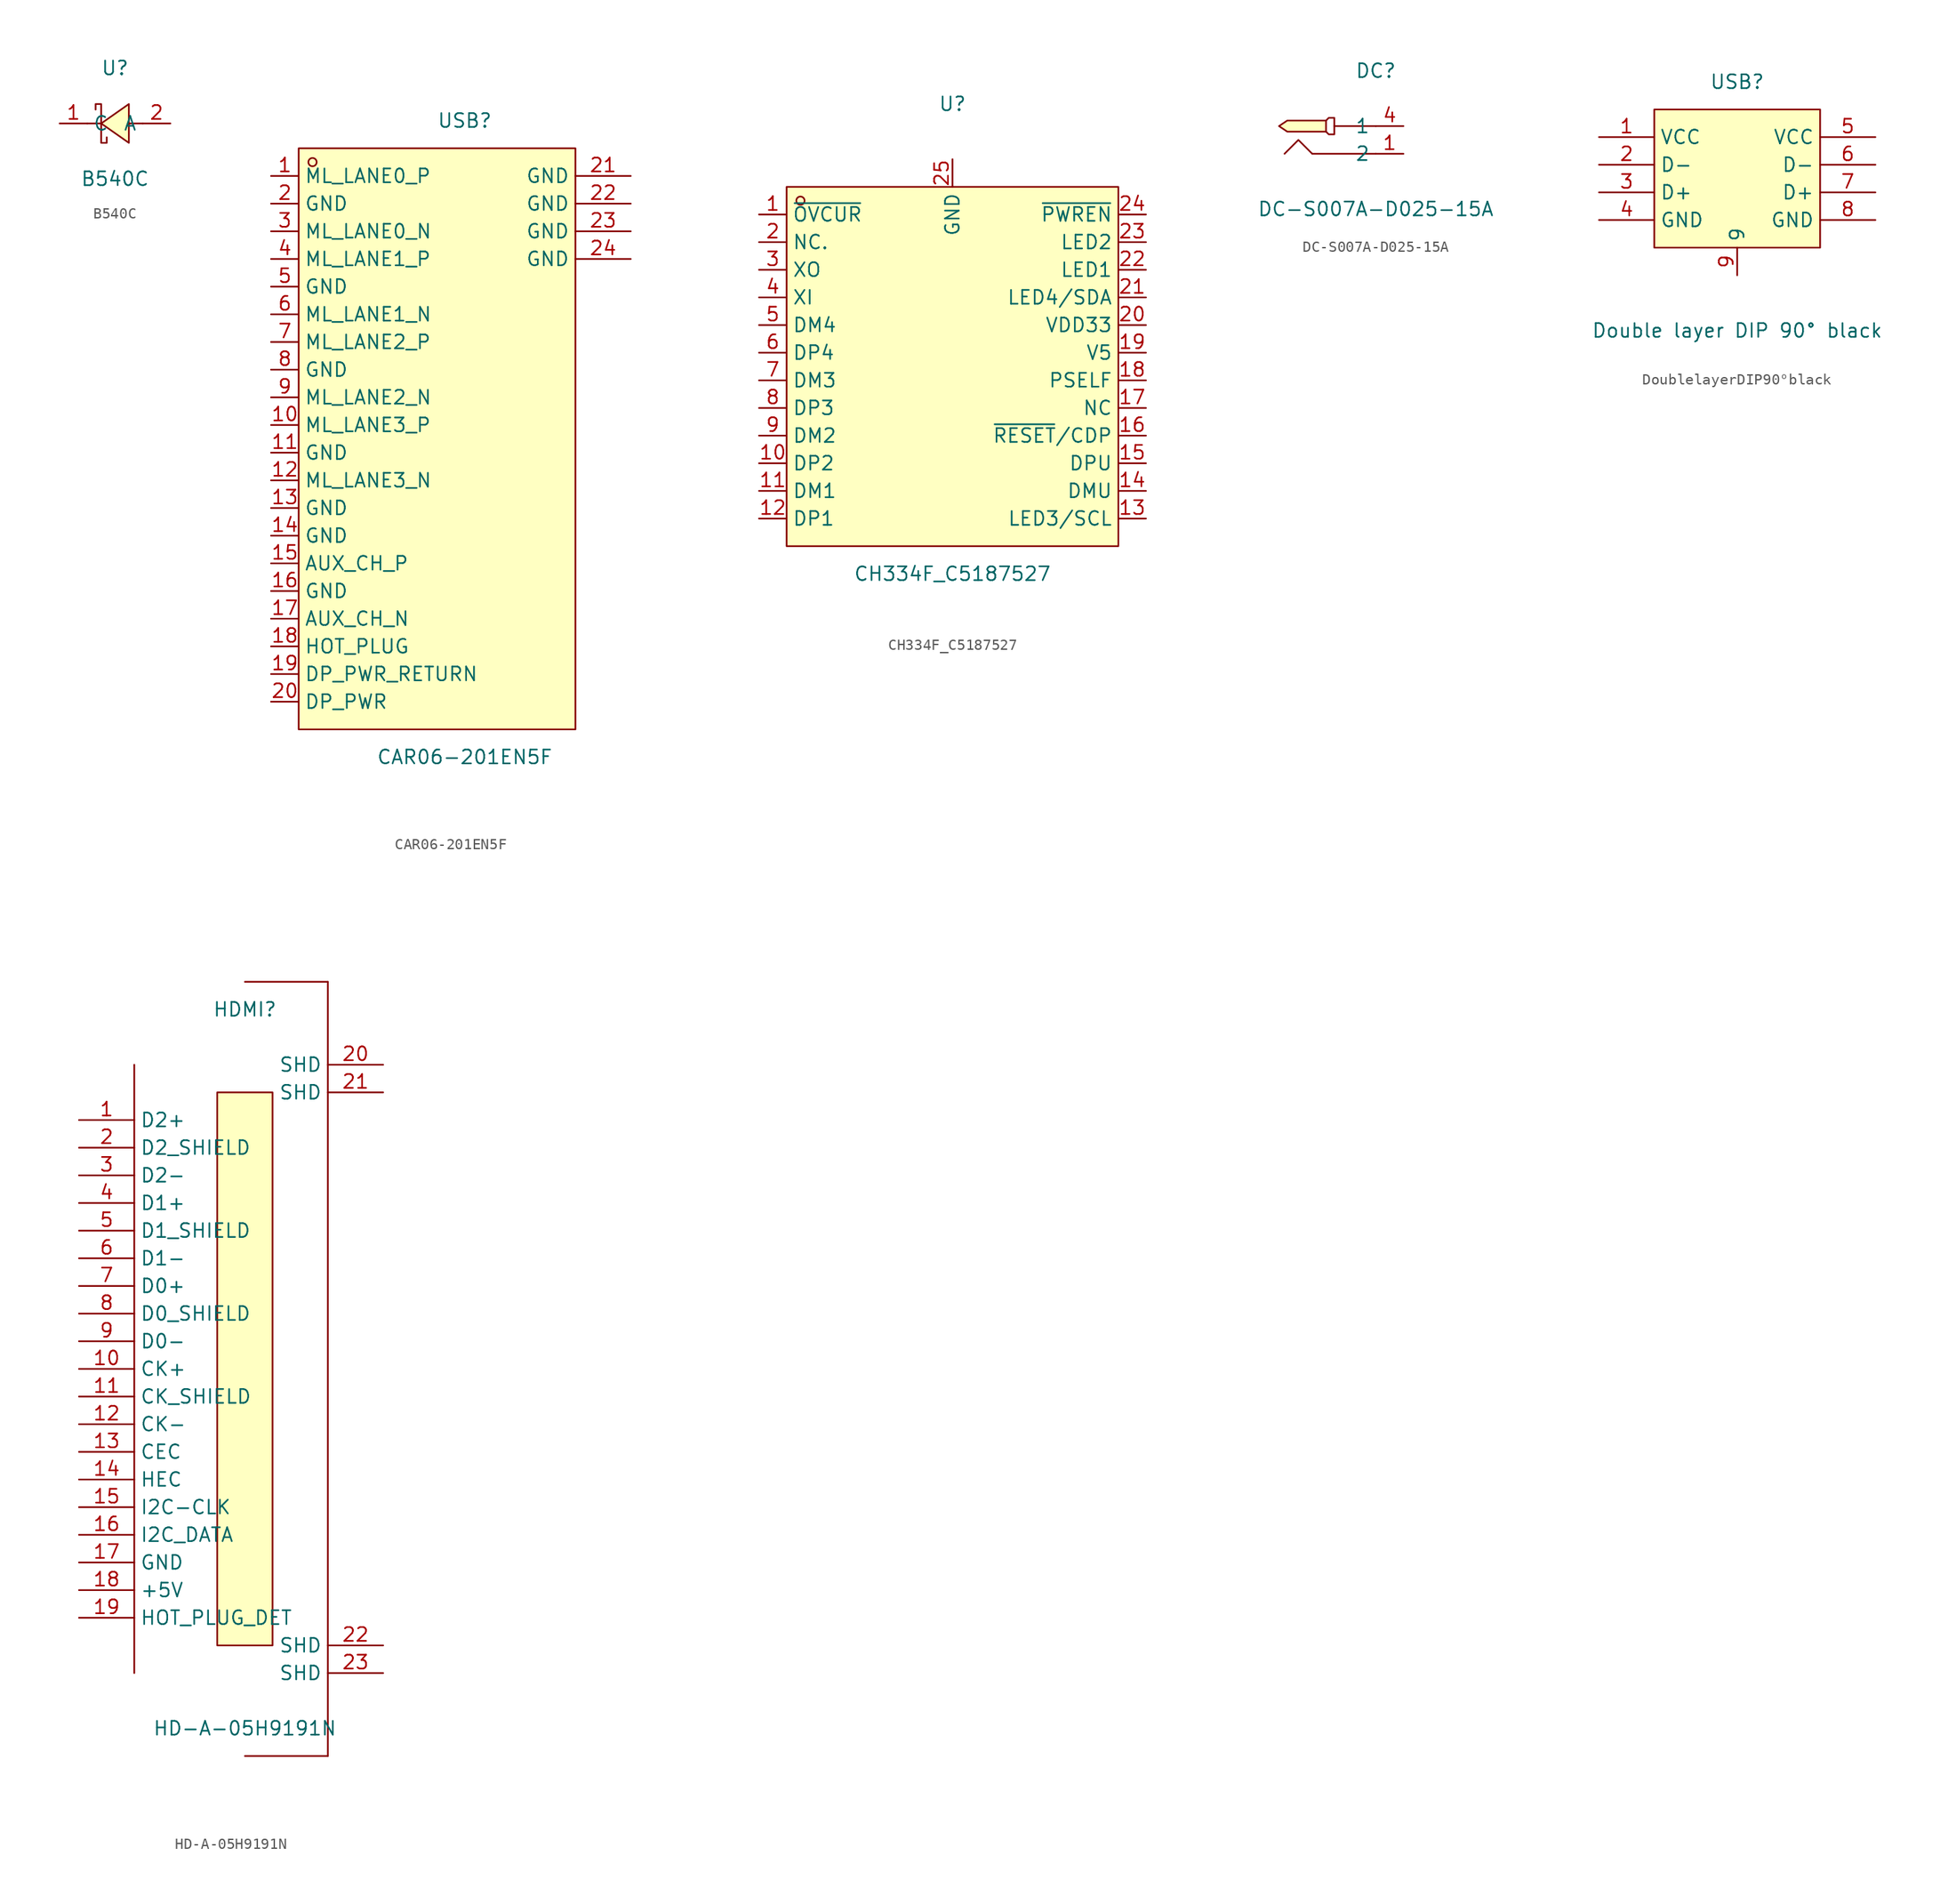
<source format=kicad_sym>
(kicad_symbol_lib
  (version 20241209)
  (generator "kicad_symbol_editor")
  (generator_version "9.0")
  (symbol "B540C"
    (property "Reference" "U"
      (at 0 5.08 0)
      (effects (font (size 1.27 1.27))))
    (property "Value" "B540C"
      (at 0 -5.08 0)
      (effects (font (size 1.27 1.27))))
    (symbol "B540C_0_1"
      (polyline (pts (xy 1.27 1.78) (xy -1.27 -0.00) (xy 1.27 -1.78) (xy 1.27 1.78)) (stroke (width 0) (type default) (color 0 0 0 0)) (fill (type background)))
      (polyline (pts (xy -1.78 1.27) (xy -1.78 1.78) (xy -1.27 1.78) (xy -1.27 -1.78) (xy -0.76 -1.78) (xy -0.76 -1.27)) (stroke (width 0) (type default) (color 0 0 0 0)) (fill (type none)))
      (polyline (pts (xy 2.54 -0.00) (xy 1.27 -0.00)) (stroke (width 0) (type default) (color 0 0 0 0)) (fill (type none)))
      (polyline (pts (xy -1.27 -0.00) (xy -2.54 -0.00)) (stroke (width 0) (type default) (color 0 0 0 0)) (fill (type none)))
      (pin unspecified line (at 5.08 -0.00 180) (length 2.54) (name "A" (effects (font (size 1.27 1.27)))) (number "2" (effects (font (size 1.27 1.27)))))
      (pin unspecified line (at -5.08 -0.00 0) (length 2.54) (name "C" (effects (font (size 1.27 1.27)))) (number "1" (effects (font (size 1.27 1.27)))))))
  (symbol "CAR06-201EN5F"
    (property "Reference" "USB"
      (at 0 30.48 0)
      (effects (font (size 1.27 1.27))))
    (property "Value" "CAR06-201EN5F"
      (at 0 -27.94 0)
      (effects (font (size 1.27 1.27))))
    (symbol "CAR06-201EN5F_0_1"
      (rectangle (start -15.24 27.94) (end 10.16 -25.4) (stroke (width 0) (type default)) (fill (type background)))
      (circle (center -13.97 26.67) (radius 0.38) (stroke (width 0) (type default)) (fill (type none)))
      (pin unspecified line (at -17.78 25.4 0) (length 2.54) (name "ML_LANE0_P" (effects (font (size 1.27 1.27)))) (number "1" (effects (font (size 1.27 1.27)))))
      (pin unspecified line (at -17.78 22.86 0) (length 2.54) (name "GND" (effects (font (size 1.27 1.27)))) (number "2" (effects (font (size 1.27 1.27)))))
      (pin unspecified line (at -17.78 20.32 0) (length 2.54) (name "ML_LANE0_N" (effects (font (size 1.27 1.27)))) (number "3" (effects (font (size 1.27 1.27)))))
      (pin unspecified line (at -17.78 17.78 0) (length 2.54) (name "ML_LANE1_P" (effects (font (size 1.27 1.27)))) (number "4" (effects (font (size 1.27 1.27)))))
      (pin unspecified line (at -17.78 15.24 0) (length 2.54) (name "GND" (effects (font (size 1.27 1.27)))) (number "5" (effects (font (size 1.27 1.27)))))
      (pin unspecified line (at -17.78 12.7 0) (length 2.54) (name "ML_LANE1_N" (effects (font (size 1.27 1.27)))) (number "6" (effects (font (size 1.27 1.27)))))
      (pin unspecified line (at -17.78 10.16 0) (length 2.54) (name "ML_LANE2_P" (effects (font (size 1.27 1.27)))) (number "7" (effects (font (size 1.27 1.27)))))
      (pin unspecified line (at -17.78 7.62 0) (length 2.54) (name "GND" (effects (font (size 1.27 1.27)))) (number "8" (effects (font (size 1.27 1.27)))))
      (pin unspecified line (at -17.78 5.08 0) (length 2.54) (name "ML_LANE2_N" (effects (font (size 1.27 1.27)))) (number "9" (effects (font (size 1.27 1.27)))))
      (pin unspecified line (at -17.78 2.54 0) (length 2.54) (name "ML_LANE3_P" (effects (font (size 1.27 1.27)))) (number "10" (effects (font (size 1.27 1.27)))))
      (pin unspecified line (at -17.78 0 0) (length 2.54) (name "GND" (effects (font (size 1.27 1.27)))) (number "11" (effects (font (size 1.27 1.27)))))
      (pin unspecified line (at -17.78 -2.54 0) (length 2.54) (name "ML_LANE3_N" (effects (font (size 1.27 1.27)))) (number "12" (effects (font (size 1.27 1.27)))))
      (pin unspecified line (at -17.78 -5.08 0) (length 2.54) (name "GND" (effects (font (size 1.27 1.27)))) (number "13" (effects (font (size 1.27 1.27)))))
      (pin unspecified line (at -17.78 -7.62 0) (length 2.54) (name "GND" (effects (font (size 1.27 1.27)))) (number "14" (effects (font (size 1.27 1.27)))))
      (pin unspecified line (at -17.78 -10.16 0) (length 2.54) (name "AUX_CH_P" (effects (font (size 1.27 1.27)))) (number "15" (effects (font (size 1.27 1.27)))))
      (pin unspecified line (at -17.78 -12.7 0) (length 2.54) (name "GND" (effects (font (size 1.27 1.27)))) (number "16" (effects (font (size 1.27 1.27)))))
      (pin unspecified line (at -17.78 -15.24 0) (length 2.54) (name "AUX_CH_N" (effects (font (size 1.27 1.27)))) (number "17" (effects (font (size 1.27 1.27)))))
      (pin unspecified line (at -17.78 -17.78 0) (length 2.54) (name "HOT_PLUG" (effects (font (size 1.27 1.27)))) (number "18" (effects (font (size 1.27 1.27)))))
      (pin unspecified line (at -17.78 -20.32 0) (length 2.54) (name "DP_PWR_RETURN" (effects (font (size 1.27 1.27)))) (number "19" (effects (font (size 1.27 1.27)))))
      (pin unspecified line (at -17.78 -22.86 0) (length 2.54) (name "DP_PWR" (effects (font (size 1.27 1.27)))) (number "20" (effects (font (size 1.27 1.27)))))
      (pin unspecified line (at 15.24 25.4 180) (length 5.08) (name "GND" (effects (font (size 1.27 1.27)))) (number "21" (effects (font (size 1.27 1.27)))))
      (pin unspecified line (at 15.24 22.86 180) (length 5.08) (name "GND" (effects (font (size 1.27 1.27)))) (number "22" (effects (font (size 1.27 1.27)))))
      (pin unspecified line (at 15.24 20.32 180) (length 5.08) (name "GND" (effects (font (size 1.27 1.27)))) (number "23" (effects (font (size 1.27 1.27)))))
      (pin unspecified line (at 15.24 17.78 180) (length 5.08) (name "GND" (effects (font (size 1.27 1.27)))) (number "24" (effects (font (size 1.27 1.27)))))))
  (symbol "CH334F_C5187527"
    (property "Reference" "U"
      (at 0 22.86 0)
      (effects (font (size 1.27 1.27))))
    (property "Value" "CH334F_C5187527"
      (at 0 -20.32 0)
      (effects (font (size 1.27 1.27))))
    (symbol "CH334F_C5187527_0_1"
      (rectangle (start -15.24 15.24) (end 15.24 -17.78) (stroke (width 0) (type default)) (fill (type background)))
      (circle (center -13.97 13.97) (radius 0.38) (stroke (width 0) (type default)) (fill (type none)))
      (pin unspecified line (at -17.78 12.7 0) (length 2.54) (name "~{OVCUR}" (effects (font (size 1.27 1.27)))) (number "1" (effects (font (size 1.27 1.27)))))
      (pin unspecified line (at -17.78 10.16 0) (length 2.54) (name "NC." (effects (font (size 1.27 1.27)))) (number "2" (effects (font (size 1.27 1.27)))))
      (pin unspecified line (at -17.78 7.62 0) (length 2.54) (name "XO" (effects (font (size 1.27 1.27)))) (number "3" (effects (font (size 1.27 1.27)))))
      (pin unspecified line (at -17.78 5.08 0) (length 2.54) (name "XI" (effects (font (size 1.27 1.27)))) (number "4" (effects (font (size 1.27 1.27)))))
      (pin unspecified line (at -17.78 2.54 0) (length 2.54) (name "DM4" (effects (font (size 1.27 1.27)))) (number "5" (effects (font (size 1.27 1.27)))))
      (pin unspecified line (at -17.78 0 0) (length 2.54) (name "DP4" (effects (font (size 1.27 1.27)))) (number "6" (effects (font (size 1.27 1.27)))))
      (pin unspecified line (at -17.78 -2.54 0) (length 2.54) (name "DM3" (effects (font (size 1.27 1.27)))) (number "7" (effects (font (size 1.27 1.27)))))
      (pin unspecified line (at -17.78 -5.08 0) (length 2.54) (name "DP3" (effects (font (size 1.27 1.27)))) (number "8" (effects (font (size 1.27 1.27)))))
      (pin unspecified line (at -17.78 -7.62 0) (length 2.54) (name "DM2" (effects (font (size 1.27 1.27)))) (number "9" (effects (font (size 1.27 1.27)))))
      (pin unspecified line (at -17.78 -10.16 0) (length 2.54) (name "DP2" (effects (font (size 1.27 1.27)))) (number "10" (effects (font (size 1.27 1.27)))))
      (pin unspecified line (at -17.78 -12.7 0) (length 2.54) (name "DM1" (effects (font (size 1.27 1.27)))) (number "11" (effects (font (size 1.27 1.27)))))
      (pin unspecified line (at -17.78 -15.24 0) (length 2.54) (name "DP1" (effects (font (size 1.27 1.27)))) (number "12" (effects (font (size 1.27 1.27)))))
      (pin unspecified line (at 0 17.78 270) (length 2.54) (name "GND" (effects (font (size 1.27 1.27)))) (number "25" (effects (font (size 1.27 1.27)))))
      (pin unspecified line (at 17.78 12.7 180) (length 2.54) (name "~{PWREN}" (effects (font (size 1.27 1.27)))) (number "24" (effects (font (size 1.27 1.27)))))
      (pin unspecified line (at 17.78 10.16 180) (length 2.54) (name "LED2" (effects (font (size 1.27 1.27)))) (number "23" (effects (font (size 1.27 1.27)))))
      (pin unspecified line (at 17.78 7.62 180) (length 2.54) (name "LED1" (effects (font (size 1.27 1.27)))) (number "22" (effects (font (size 1.27 1.27)))))
      (pin unspecified line (at 17.78 5.08 180) (length 2.54) (name "LED4/SDA" (effects (font (size 1.27 1.27)))) (number "21" (effects (font (size 1.27 1.27)))))
      (pin unspecified line (at 17.78 2.54 180) (length 2.54) (name "VDD33" (effects (font (size 1.27 1.27)))) (number "20" (effects (font (size 1.27 1.27)))))
      (pin unspecified line (at 17.78 0 180) (length 2.54) (name "V5" (effects (font (size 1.27 1.27)))) (number "19" (effects (font (size 1.27 1.27)))))
      (pin unspecified line (at 17.78 -2.54 180) (length 2.54) (name "PSELF" (effects (font (size 1.27 1.27)))) (number "18" (effects (font (size 1.27 1.27)))))
      (pin unspecified line (at 17.78 -5.08 180) (length 2.54) (name "NC" (effects (font (size 1.27 1.27)))) (number "17" (effects (font (size 1.27 1.27)))))
      (pin unspecified line (at 17.78 -7.62 180) (length 2.54) (name "~{RESET}/CDP" (effects (font (size 1.27 1.27)))) (number "16" (effects (font (size 1.27 1.27)))))
      (pin unspecified line (at 17.78 -10.16 180) (length 2.54) (name "DPU" (effects (font (size 1.27 1.27)))) (number "15" (effects (font (size 1.27 1.27)))))
      (pin unspecified line (at 17.78 -12.7 180) (length 2.54) (name "DMU" (effects (font (size 1.27 1.27)))) (number "14" (effects (font (size 1.27 1.27)))))
      (pin unspecified line (at 17.78 -15.24 180) (length 2.54) (name "LED3/SCL" (effects (font (size 1.27 1.27)))) (number "13" (effects (font (size 1.27 1.27)))))))
  (symbol "DC-S007A-D025-15A"
    (property "Reference" "DC"
      (at 0 5.08 0)
      (effects (font (size 1.27 1.27))))
    (property "Value" "DC-S007A-D025-15A"
      (at 0 -7.62 0)
      (effects (font (size 1.27 1.27))))
    (symbol "DC-S007A-D025-15A_0_1"
      (polyline (pts (xy -3.81 -0.00) (xy 0.00 -0.00)) (stroke (width 0) (type default) (color 0 0 0 0)) (fill (type none)))
      (polyline (pts (xy -5.84 -2.54) (xy 0.00 -2.54)) (stroke (width 0) (type default) (color 0 0 0 0)) (fill (type none)))
      (polyline (pts (xy -5.84 -2.54) (xy -7.11 -1.27) (xy -8.38 -2.54) (xy -8.38 -2.54)) (stroke (width 0) (type default) (color 0 0 0 0)) (fill (type none)))
      (polyline (pts (xy -4.57 0.51) (xy -4.57 -0.51) (xy -8.13 -0.51) (xy -8.89 -0.00) (xy -8.13 0.51) (xy -4.57 0.51)) (stroke (width 0) (type default) (color 0 0 0 0)) (fill (type background)))
      (polyline (pts (xy -4.57 0.51) (xy -4.32 0.76) (xy -3.81 0.76) (xy -3.81 -0.76) (xy -4.32 -0.76) (xy -4.57 -0.51)) (stroke (width 0) (type default) (color 0 0 0 0)) (fill (type none)))
      (pin unspecified line (at 2.54 -2.54 180) (length 2.54) (name "2" (effects (font (size 1.27 1.27)))) (number "1" (effects (font (size 1.27 1.27)))))
      (pin unspecified line (at 2.54 -0.00 180) (length 2.54) (name "1" (effects (font (size 1.27 1.27)))) (number "4" (effects (font (size 1.27 1.27)))))))
  (symbol "DoublelayerDIP90°black"
    (property "Reference" "USB"
      (at 0 10.16 0)
      (effects (font (size 1.27 1.27))))
    (property "Value" "Double layer DIP 90° black"
      (at 0 -12.7 0)
      (effects (font (size 1.27 1.27))))
    (symbol "DoublelayerDIP90°black_0_1"
      (rectangle (start -7.62 7.62) (end 7.62 -5.08) (stroke (width 0) (type default)) (fill (type background)))
      (pin unspecified line (at -12.7 5.08 0) (length 5.08) (name "VCC" (effects (font (size 1.27 1.27)))) (number "1" (effects (font (size 1.27 1.27)))))
      (pin unspecified line (at -12.7 2.54 0) (length 5.08) (name "D-" (effects (font (size 1.27 1.27)))) (number "2" (effects (font (size 1.27 1.27)))))
      (pin unspecified line (at -12.7 0 0) (length 5.08) (name "D+" (effects (font (size 1.27 1.27)))) (number "3" (effects (font (size 1.27 1.27)))))
      (pin unspecified line (at -12.7 -2.54 0) (length 5.08) (name "GND" (effects (font (size 1.27 1.27)))) (number "4" (effects (font (size 1.27 1.27)))))
      (pin unspecified line (at 0 -7.62 90) (length 2.54) (name "9" (effects (font (size 1.27 1.27)))) (number "9" (effects (font (size 1.27 1.27)))))
      (pin unspecified line (at 12.7 5.08 180) (length 5.08) (name "VCC" (effects (font (size 1.27 1.27)))) (number "5" (effects (font (size 1.27 1.27)))))
      (pin unspecified line (at 12.7 2.54 180) (length 5.08) (name "D-" (effects (font (size 1.27 1.27)))) (number "6" (effects (font (size 1.27 1.27)))))
      (pin unspecified line (at 12.7 0 180) (length 5.08) (name "D+" (effects (font (size 1.27 1.27)))) (number "7" (effects (font (size 1.27 1.27)))))
      (pin unspecified line (at 12.7 -2.54 180) (length 5.08) (name "GND" (effects (font (size 1.27 1.27)))) (number "8" (effects (font (size 1.27 1.27)))))))
  (symbol "HD-A-05H9191N"
    (property "Reference" "HDMI"
      (at 0 33.02 0)
      (effects (font (size 1.27 1.27))))
    (property "Value" "HD-A-05H9191N"
      (at 0 -33.02 0)
      (effects (font (size 1.27 1.27))))
    (symbol "HD-A-05H9191N_0_1"
      (polyline (pts (xy -10.16 27.94)) (stroke (width 0) (type default)) (fill (type background)))
      (polyline (pts (xy -10.16 27.94) (xy -10.16 -27.94)) (stroke (width 0) (type default)) (fill (type none)))
      (polyline (pts (xy -10.16 -27.94)) (stroke (width 0) (type default)) (fill (type background)))
      (rectangle (start -2.54 25.4) (end 2.54 -25.4) (stroke (width 0) (type default)) (fill (type background)))
      (polyline (pts (xy 7.62 35.56) (xy 0 35.56)) (stroke (width 0) (type default)) (fill (type none)))
      (polyline (pts (xy 7.62 35.56) (xy 7.62 -35.56)) (stroke (width 0) (type default)) (fill (type none)))
      (polyline (pts (xy 7.62 -35.56) (xy 0 -35.56)) (stroke (width 0) (type default)) (fill (type none)))
      (pin unspecified line (at -15.24 22.86 0) (length 5.08) (name "D2+" (effects (font (size 1.27 1.27)))) (number "1" (effects (font (size 1.27 1.27)))))
      (pin unspecified line (at -15.24 20.32 0) (length 5.08) (name "D2_SHIELD" (effects (font (size 1.27 1.27)))) (number "2" (effects (font (size 1.27 1.27)))))
      (pin unspecified line (at -15.24 17.78 0) (length 5.08) (name "D2-" (effects (font (size 1.27 1.27)))) (number "3" (effects (font (size 1.27 1.27)))))
      (pin unspecified line (at -15.24 15.24 0) (length 5.08) (name "D1+" (effects (font (size 1.27 1.27)))) (number "4" (effects (font (size 1.27 1.27)))))
      (pin unspecified line (at -15.24 12.7 0) (length 5.08) (name "D1_SHIELD" (effects (font (size 1.27 1.27)))) (number "5" (effects (font (size 1.27 1.27)))))
      (pin unspecified line (at -15.24 10.16 0) (length 5.08) (name "D1-" (effects (font (size 1.27 1.27)))) (number "6" (effects (font (size 1.27 1.27)))))
      (pin unspecified line (at -15.24 7.62 0) (length 5.08) (name "D0+" (effects (font (size 1.27 1.27)))) (number "7" (effects (font (size 1.27 1.27)))))
      (pin unspecified line (at -15.24 5.08 0) (length 5.08) (name "D0_SHIELD" (effects (font (size 1.27 1.27)))) (number "8" (effects (font (size 1.27 1.27)))))
      (pin unspecified line (at -15.24 2.54 0) (length 5.08) (name "D0-" (effects (font (size 1.27 1.27)))) (number "9" (effects (font (size 1.27 1.27)))))
      (pin unspecified line (at -15.24 0 0) (length 5.08) (name "CK+" (effects (font (size 1.27 1.27)))) (number "10" (effects (font (size 1.27 1.27)))))
      (pin unspecified line (at -15.24 -2.54 0) (length 5.08) (name "CK_SHIELD" (effects (font (size 1.27 1.27)))) (number "11" (effects (font (size 1.27 1.27)))))
      (pin unspecified line (at -15.24 -5.08 0) (length 5.08) (name "CK-" (effects (font (size 1.27 1.27)))) (number "12" (effects (font (size 1.27 1.27)))))
      (pin unspecified line (at -15.24 -7.62 0) (length 5.08) (name "CEC" (effects (font (size 1.27 1.27)))) (number "13" (effects (font (size 1.27 1.27)))))
      (pin unspecified line (at -15.24 -10.16 0) (length 5.08) (name "HEC" (effects (font (size 1.27 1.27)))) (number "14" (effects (font (size 1.27 1.27)))))
      (pin unspecified line (at -15.24 -12.7 0) (length 5.08) (name "I2C-CLK" (effects (font (size 1.27 1.27)))) (number "15" (effects (font (size 1.27 1.27)))))
      (pin unspecified line (at -15.24 -15.24 0) (length 5.08) (name "I2C_DATA" (effects (font (size 1.27 1.27)))) (number "16" (effects (font (size 1.27 1.27)))))
      (pin unspecified line (at -15.24 -17.78 0) (length 5.08) (name "GND" (effects (font (size 1.27 1.27)))) (number "17" (effects (font (size 1.27 1.27)))))
      (pin unspecified line (at -15.24 -20.32 0) (length 5.08) (name "+5V" (effects (font (size 1.27 1.27)))) (number "18" (effects (font (size 1.27 1.27)))))
      (pin unspecified line (at -15.24 -22.86 0) (length 5.08) (name "HOT_PLUG_DET" (effects (font (size 1.27 1.27)))) (number "19" (effects (font (size 1.27 1.27)))))
      (pin unspecified line (at 12.7 27.94 180) (length 5.08) (name "SHD" (effects (font (size 1.27 1.27)))) (number "20" (effects (font (size 1.27 1.27)))))
      (pin unspecified line (at 12.7 25.4 180) (length 5.08) (name "SHD" (effects (font (size 1.27 1.27)))) (number "21" (effects (font (size 1.27 1.27)))))
      (pin unspecified line (at 12.7 -25.4 180) (length 5.08) (name "SHD" (effects (font (size 1.27 1.27)))) (number "22" (effects (font (size 1.27 1.27)))))
      (pin unspecified line (at 12.7 -27.94 180) (length 5.08) (name "SHD" (effects (font (size 1.27 1.27)))) (number "23" (effects (font (size 1.27 1.27))))))))
</source>
